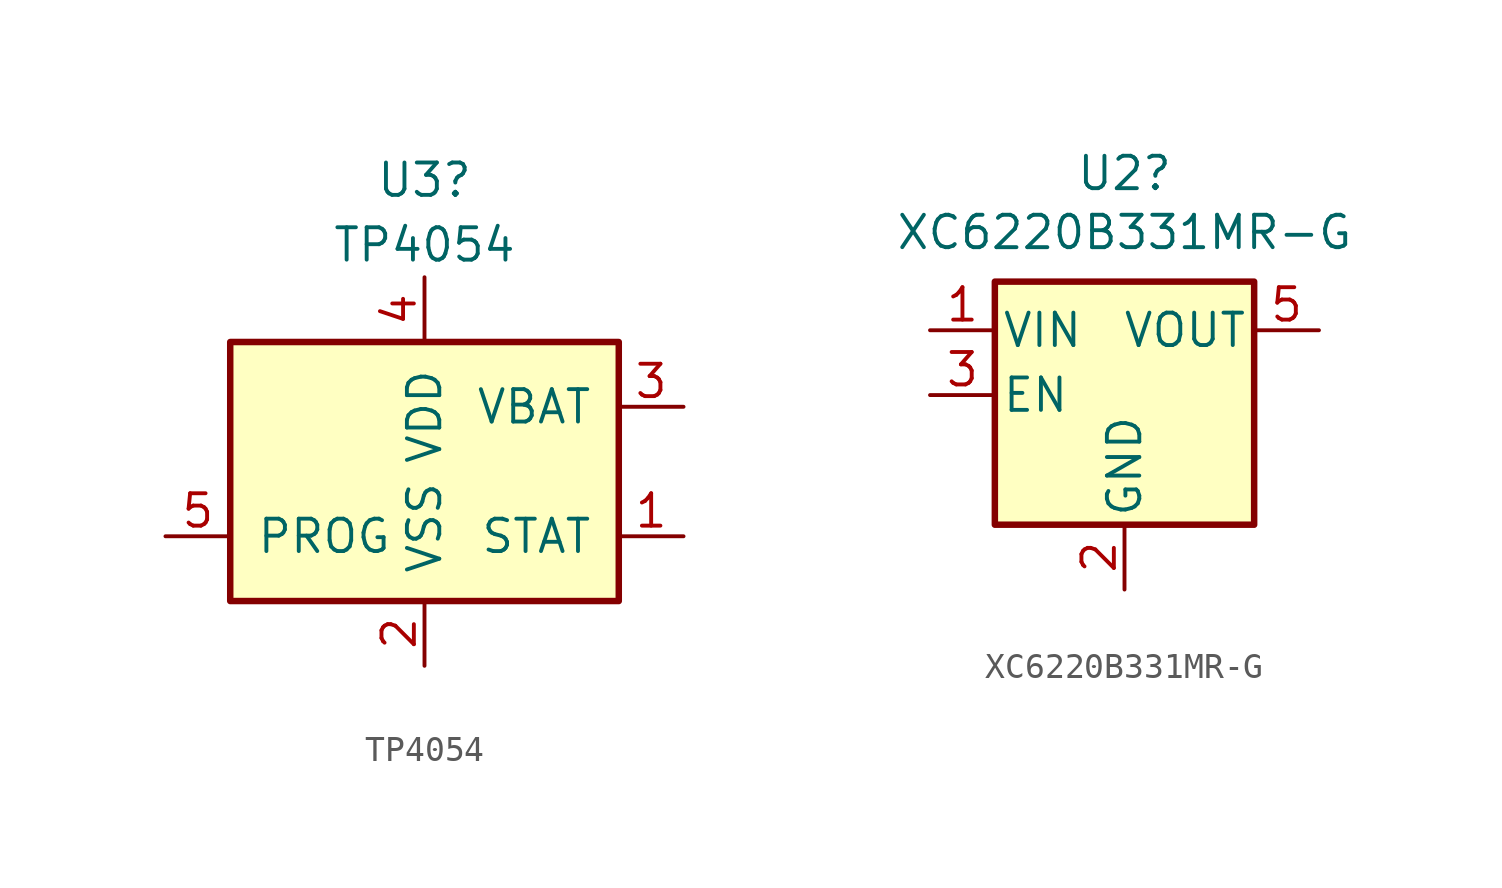
<source format=kicad_sym>
(kicad_symbol_lib
  (version 20220914)
  (generator kicad_symbol_editor)
  (symbol "TP4054"
    (pin_names
      (offset 1.016))
    (property "Reference" "U3"
      (at 0 11.43 0)
      (effects (font (size 1.27 1.27))))
    (property "Value" "TP4054"
      (at 0 8.89 0)
      (effects (font (size 1.27 1.27))))
    (symbol "TP4054_0_1"
      (rectangle (start -7.62 5.08) (end 7.62 -5.08) (stroke (width 0.254) (type default)) (fill (type background))))
    (symbol "TP4054_1_1"
      (pin output line (at 10.16 -2.54 180) (length 2.54) (name "STAT" (effects (font (size 1.27 1.27)))) (number "1" (effects (font (size 1.27 1.27)))))
      (pin power_in line (at 0 -7.62 90) (length 2.54) (name "VSS" (effects (font (size 1.27 1.27)))) (number "2" (effects (font (size 1.27 1.27)))))
      (pin power_out line (at 10.16 2.54 180) (length 2.54) (name "VBAT" (effects (font (size 1.27 1.27)))) (number "3" (effects (font (size 1.27 1.27)))))
      (pin power_in line (at 0 7.62 270) (length 2.54) (name "VDD" (effects (font (size 1.27 1.27)))) (number "4" (effects (font (size 1.27 1.27)))))
      (pin input line (at -10.16 -2.54 0) (length 2.54) (name "PROG" (effects (font (size 1.27 1.27)))) (number "5" (effects (font (size 1.27 1.27)))))))
  (symbol "XC6220B331MR-G"
    (pin_names
      (offset 0.254))
    (property "Reference" "U2"
      (at 0 8.687 0)
      (effects (font (size 1.27 1.27))))
    (property "Value" "XC6220B331MR-G"
      (at 0 6.375 0)
      (effects (font (size 1.27 1.27))))
    (symbol "XC6220B331MR-G_0_1"
      (rectangle (start -5.08 4.445) (end 5.08 -5.08) (stroke (width 0.254) (type default)) (fill (type background))))
    (symbol "XC6220B331MR-G_1_1"
      (pin power_in line (at -7.62 2.54 0) (length 2.54) (name "VIN" (effects (font (size 1.27 1.27)))) (number "1" (effects (font (size 1.27 1.27)))))
      (pin power_in line (at 0 -7.62 90) (length 2.54) (name "GND" (effects (font (size 1.27 1.27)))) (number "2" (effects (font (size 1.27 1.27)))))
      (pin input line (at -7.62 0 0) (length 2.54) (name "EN" (effects (font (size 1.27 1.27)))) (number "3" (effects (font (size 1.27 1.27)))))
      (pin no_connect line (at 7.62 0 180) (length 2.54) hide (name "NC" (effects (font (size 1.27 1.27)))) (number "4" (effects (font (size 1.27 1.27)))))
      (pin power_out line (at 7.62 2.54 180) (length 2.54) (name "VOUT" (effects (font (size 1.27 1.27)))) (number "5" (effects (font (size 1.27 1.27))))))))
</source>
